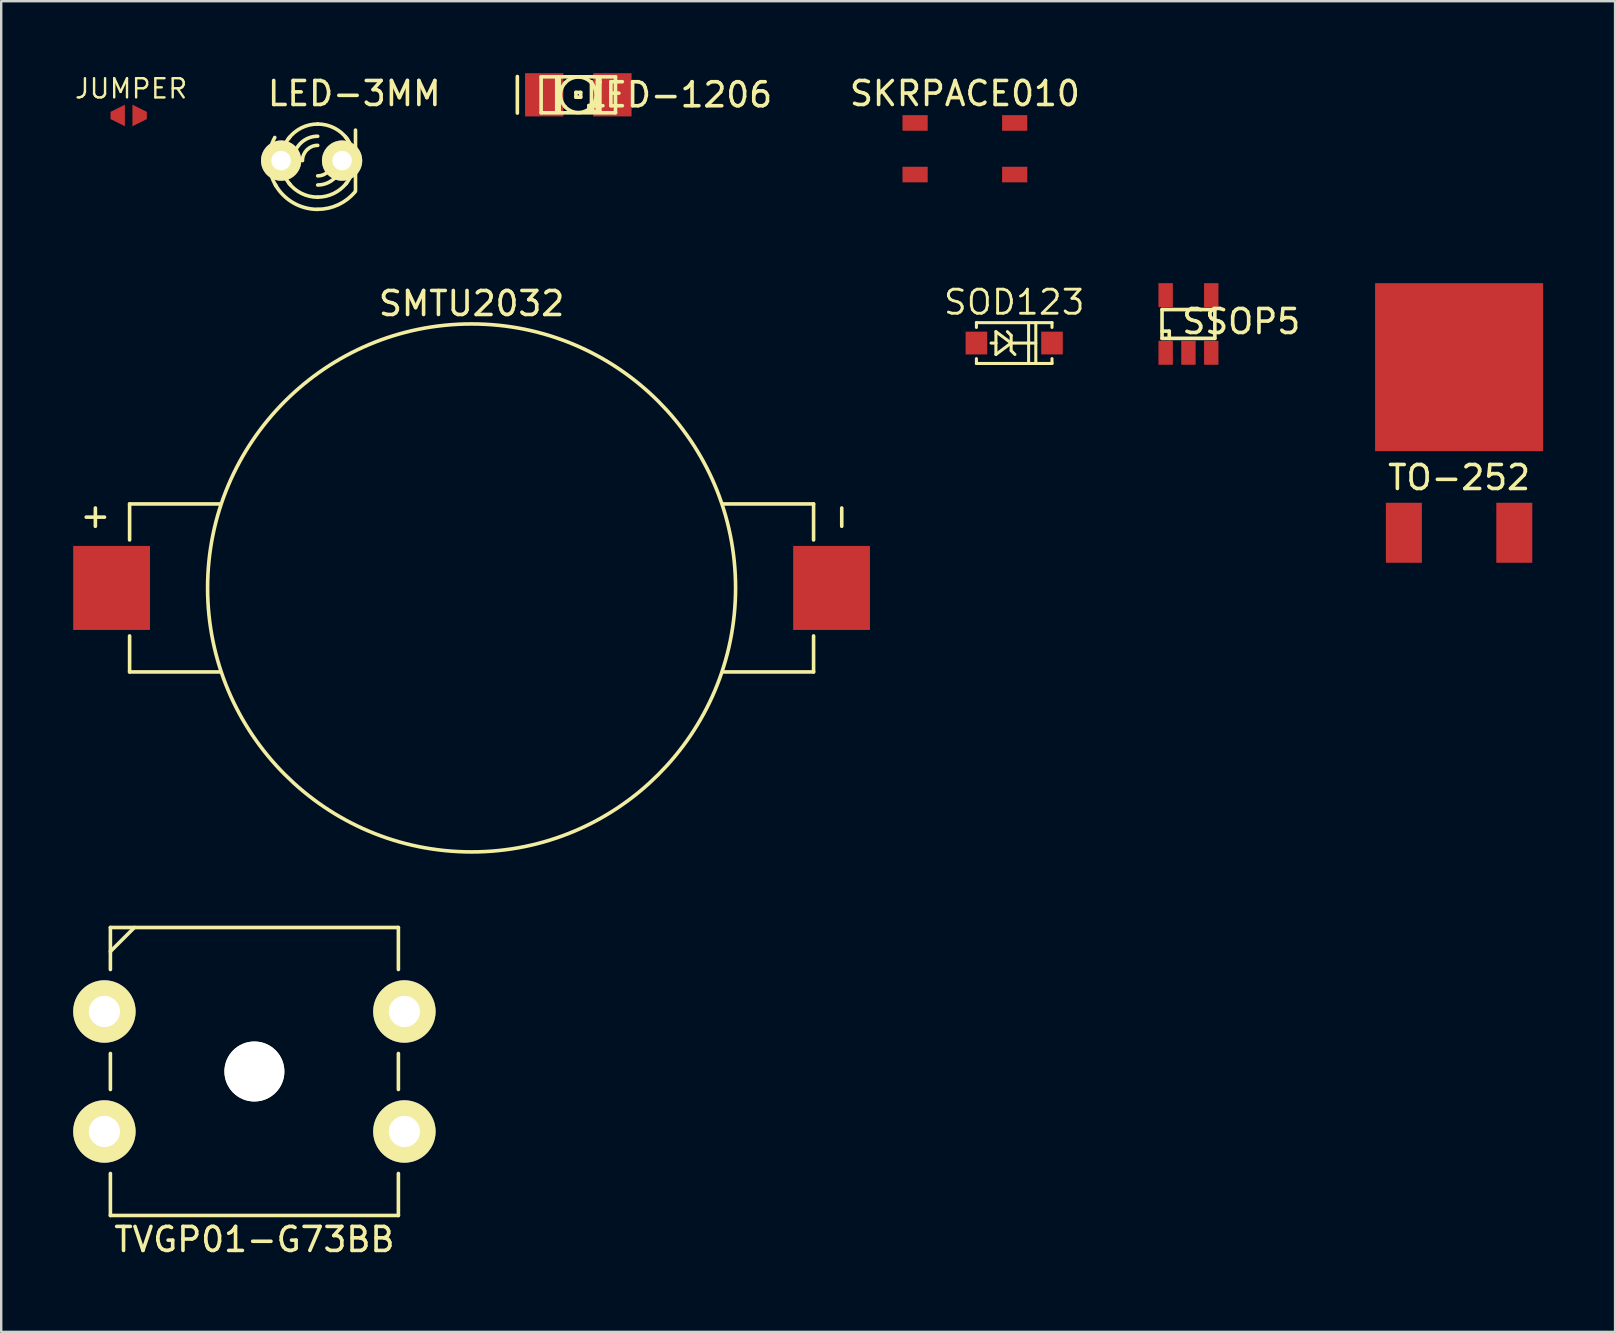
<source format=kicad_pcb>
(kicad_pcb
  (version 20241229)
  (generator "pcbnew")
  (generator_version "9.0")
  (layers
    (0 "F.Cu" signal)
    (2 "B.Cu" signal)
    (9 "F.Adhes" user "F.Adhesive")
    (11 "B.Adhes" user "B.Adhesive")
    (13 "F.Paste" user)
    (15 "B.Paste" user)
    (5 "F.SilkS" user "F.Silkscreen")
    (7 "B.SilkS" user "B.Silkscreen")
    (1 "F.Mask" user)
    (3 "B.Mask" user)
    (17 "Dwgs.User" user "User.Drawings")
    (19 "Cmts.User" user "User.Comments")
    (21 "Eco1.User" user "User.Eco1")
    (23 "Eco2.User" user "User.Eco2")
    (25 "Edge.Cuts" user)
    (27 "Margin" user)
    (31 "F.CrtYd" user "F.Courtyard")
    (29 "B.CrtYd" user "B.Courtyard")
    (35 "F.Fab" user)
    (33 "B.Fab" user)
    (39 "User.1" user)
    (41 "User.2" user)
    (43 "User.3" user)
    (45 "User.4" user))
  (footprint "TVGP01-G73BB"
    (layer "F.Cu")
    (at 7.55 41.597)
    (property "Reference" "TVGP01-G73BB" (at 0 7 0) (layer "F.SilkS") (effects (font (size 1 1) (thickness 0.15))))
    (attr through_hole)
    (fp_line (start -6 -6) (end 6 -6) (stroke (width 0.15) (type solid)) (layer "F.SilkS"))
    (fp_line (start -6 -5) (end -5 -6) (stroke (width 0.15) (type solid)) (layer "F.SilkS"))
    (fp_line (start -6 -4.25) (end -6 -6) (stroke (width 0.15) (type solid)) (layer "F.SilkS"))
    (fp_line (start -6 0.75) (end -6 -0.75) (stroke (width 0.15) (type solid)) (layer "F.SilkS"))
    (fp_line (start -6 6) (end -6 4.25) (stroke (width 0.15) (type solid)) (layer "F.SilkS"))
    (fp_line (start 6 -6) (end 6 -4.25) (stroke (width 0.15) (type solid)) (layer "F.SilkS"))
    (fp_line (start 6 -0.75) (end 6 0.75) (stroke (width 0.15) (type solid)) (layer "F.SilkS"))
    (fp_line (start 6 4.25) (end 6 6) (stroke (width 0.15) (type solid)) (layer "F.SilkS"))
    (fp_line (start 6 6) (end -6 6) (stroke (width 0.15) (type solid)) (layer "F.SilkS"))
    (pad "" np_thru_hole circle (at 0 0) (size 2.5 2.5) (drill 2.5) (layers "*.Cu" "*.Mask" "F.SilkS"))
    (pad "1" thru_hole circle (at -6.25 -2.5) (size 2.6 2.6) (drill 1.3) (layers "*.Cu" "*.Mask" "F.SilkS"))
    (pad "1" thru_hole circle (at 6.25 -2.5) (size 2.6 2.6) (drill 1.3) (layers "*.Cu" "*.Mask" "F.SilkS"))
    (pad "2" thru_hole circle (at -6.25 2.5) (size 2.6 2.6) (drill 1.3) (layers "*.Cu" "*.Mask" "F.SilkS"))
    (pad "2" thru_hole circle (at 6.25 2.5) (size 2.6 2.6) (drill 1.3) (layers "*.Cu" "*.Mask" "F.SilkS")))
  (footprint "SSOP5"
    (layer "F.Cu")
    (at 46.47 10.449)
    (property "Reference" "SSOP5" (at 2.2 -0.1 0) (layer "F.SilkS") (effects (font (size 1 1) (thickness 0.15))))
    (attr smd)
    (fp_line (start -1.1 -0.6) (end -1.1 0.6) (stroke (width 0.15) (type solid)) (layer "F.SilkS"))
    (fp_line (start -1.1 0.3) (end -0.8 0.3) (stroke (width 0.15) (type solid)) (layer "F.SilkS"))
    (fp_line (start -1.1 0.6) (end 1.1 0.6) (stroke (width 0.15) (type solid)) (layer "F.SilkS"))
    (fp_line (start -0.8 0.3) (end -0.8 0.6) (stroke (width 0.15) (type solid)) (layer "F.SilkS"))
    (fp_line (start 1.1 -0.6) (end -1.1 -0.6) (stroke (width 0.15) (type solid)) (layer "F.SilkS"))
    (fp_line (start 1.1 0.6) (end 1.1 -0.6) (stroke (width 0.15) (type solid)) (layer "F.SilkS"))
    (pad "1" smd rect (at -0.95 1.2) (size 0.6 1) (layers "F.Cu" "F.Mask" "F.Paste"))
    (pad "2" smd rect (at 0 1.2) (size 0.6 1) (layers "F.Cu" "F.Mask" "F.Paste"))
    (pad "3" smd rect (at 0.95 1.2) (size 0.6 1) (layers "F.Cu" "F.Mask" "F.Paste"))
    (pad "4" smd rect (at 0.95 -1.2) (size 0.6 1) (layers "F.Cu" "F.Mask" "F.Paste"))
    (pad "5" smd rect (at -0.95 -1.2) (size 0.6 1) (layers "F.Cu" "F.Mask" "F.Paste")))
  (footprint "TO-252"
    (layer "F.Cu")
    (at 57.747 12.249)
    (property "Reference" "TO-252" (at 0 4.6 0) (layer "F.SilkS") (effects (font (size 1 1) (thickness 0.15))))
    (attr through_hole)
    (pad "1" smd rect (at -2.3 6.9) (size 1.5 2.5) (layers "F.Cu" "F.Mask" "F.Paste"))
    (pad "2" smd rect (at 0 0) (size 7 7) (layers "F.Cu" "F.Mask" "F.Paste"))
    (pad "3" smd rect (at 2.3 6.9) (size 1.5 2.5) (layers "F.Cu" "F.Mask" "F.Paste")))
  (footprint "SOD123"
    (placed yes)
    (layer "F.Cu")
    (at 39.21 11.244)
    (property "Reference" "SOD123" (at 0 -1.7 0) (layer "F.SilkS") (effects (font (size 1.001 1.001) (thickness 0.119))))
    (attr smd)
    (fp_line (start -1.575 -0.85) (end 1.575 -0.85) (stroke (width 0.127) (type solid)) (layer "F.SilkS"))
    (fp_line (start -1.575 -0.65) (end -1.575 -0.85) (stroke (width 0.127) (type solid)) (layer "F.SilkS"))
    (fp_line (start -1.575 0.85) (end -1.575 0.65) (stroke (width 0.127) (type solid)) (layer "F.SilkS"))
    (fp_line (start -1.575 0.85) (end 1.575 0.85) (stroke (width 0.127) (type solid)) (layer "F.SilkS"))
    (fp_line (start -0.762 -0.475) (end -0.762 0) (stroke (width 0.127) (type solid)) (layer "F.SilkS"))
    (fp_line (start -0.762 0) (end -0.965 0) (stroke (width 0.127) (type solid)) (layer "F.SilkS"))
    (fp_line (start -0.762 0) (end -0.762 0.475) (stroke (width 0.127) (type solid)) (layer "F.SilkS"))
    (fp_line (start -0.762 0.475) (end -0.127 0) (stroke (width 0.127) (type solid)) (layer "F.SilkS"))
    (fp_line (start -0.127 -0.318) (end -0.284 -0.475) (stroke (width 0.127) (type solid)) (layer "F.SilkS"))
    (fp_line (start -0.127 0) (end -0.762 -0.475) (stroke (width 0.127) (type solid)) (layer "F.SilkS"))
    (fp_line (start -0.127 0) (end -0.127 -0.318) (stroke (width 0.127) (type solid)) (layer "F.SilkS"))
    (fp_line (start -0.127 0) (end -0.127 0.318) (stroke (width 0.127) (type solid)) (layer "F.SilkS"))
    (fp_line (start -0.127 0) (end 0.9 0) (stroke (width 0.127) (type solid)) (layer "F.SilkS"))
    (fp_line (start -0.127 0.318) (end 0.03 0.475) (stroke (width 0.127) (type solid)) (layer "F.SilkS"))
    (fp_line (start 0.6 0.85) (end 0.6 -0.85) (stroke (width 0.127) (type solid)) (layer "F.SilkS"))
    (fp_line (start 0.9 0.85) (end 0.9 -0.85) (stroke (width 0.127) (type solid)) (layer "F.SilkS"))
    (fp_line (start 1.575 -0.85) (end 1.575 -0.65) (stroke (width 0.127) (type solid)) (layer "F.SilkS"))
    (fp_line (start 1.575 0.85) (end 1.575 0.65) (stroke (width 0.127) (type solid)) (layer "F.SilkS"))
    (pad "1" smd rect (at -1.575 0) (size 0.9 0.95) (layers "F.Cu" "F.Mask" "F.Paste"))
    (pad "2" smd rect (at 1.575 0) (size 0.9 0.95) (layers "F.Cu" "F.Mask" "F.Paste")))
  (footprint "SMTU2032"
    (layer "F.Cu")
    (at 16.6 21.448)
    (property "Reference" "SMTU2032" (at 0 -11.85 0) (layer "F.SilkS") (effects (font (size 1 1) (thickness 0.15))))
    (attr through_hole)
    (fp_line (start -14.25 -3.5) (end -14.25 -2) (stroke (width 0.15) (type solid)) (layer "F.SilkS"))
    (fp_line (start -14.25 3.5) (end -14.25 2) (stroke (width 0.15) (type solid)) (layer "F.SilkS"))
    (fp_line (start -14.25 3.5) (end -10.5 3.5) (stroke (width 0.15) (type solid)) (layer "F.SilkS"))
    (fp_line (start -10.5 -3.5) (end -14.25 -3.5) (stroke (width 0.15) (type solid)) (layer "F.SilkS"))
    (fp_line (start 10.5 -3.5) (end 14.25 -3.5) (stroke (width 0.15) (type solid)) (layer "F.SilkS"))
    (fp_line (start 14.25 -3.5) (end 14.25 -2) (stroke (width 0.15) (type solid)) (layer "F.SilkS"))
    (fp_line (start 14.25 2) (end 14.25 3.5) (stroke (width 0.15) (type solid)) (layer "F.SilkS"))
    (fp_line (start 14.25 3.5) (end 10.5 3.5) (stroke (width 0.15) (type solid)) (layer "F.SilkS"))
    (fp_circle (center 0 0) (end 0 -11) (stroke (width 0.15) (type solid)) (fill no) (layer "F.SilkS"))
    (fp_text user "-" (at 15.35 -2.95 90) (layer "F.SilkS") (effects (font (size 1 1) (thickness 0.15))))
    (fp_text user "+" (at -15.75 -2.95 90) (layer "F.SilkS") (effects (font (size 1 1) (thickness 0.15))))
    (pad "1" smd rect (at -15 0) (size 3.2 3.5) (layers "F.Cu" "F.Mask" "F.Paste"))
    (pad "2" smd rect (at 15 0) (size 3.2 3.5) (layers "F.Cu" "F.Mask" "F.Paste")))
  (footprint "LED-3MM"
    (layer "F.Cu")
    (at 9.934 3.642)
    (property "Reference" "LED-3MM" (at 1.778 -2.794 0) (layer "F.SilkS") (effects (font (size 1 1) (thickness 0.15))))
    (attr through_hole)
    (fp_line (start 1.829 1.27) (end 1.829 -1.27) (stroke (width 0.15) (type solid)) (layer "F.SilkS"))
    (fp_arc (start -1.778 0) (mid -1.716347 -0.496745) (end -1.53513 -0.963347) (stroke (width 0.15) (type solid)) (layer "F.SilkS"))
    (fp_arc (start -1.47574 1.06426) (mid -1.700164 0.553076) (end -1.776923 0.0001) (stroke (width 0.15) (type solid)) (layer "F.SilkS"))
    (fp_arc (start -1.27 0) (mid -1.178999 -0.518738) (end -0.916864 -0.975527) (stroke (width 0.15) (type solid)) (layer "F.SilkS"))
    (fp_arc (start -0.9652 -0.9144) (mid -0.427912 -1.362928) (end 0.253199 -1.524) (stroke (width 0.15) (type solid)) (layer "F.SilkS"))
    (fp_arc (start -0.88392 1.01092) (mid -1.168742 0.540951) (end -1.268111 0.000469) (stroke (width 0.15) (type solid)) (layer "F.SilkS"))
    (fp_arc (start -0.762 0) (mid -0.46442 -0.71842) (end 0.254 -1.016) (stroke (width 0.15) (type solid)) (layer "F.SilkS"))
    (fp_arc (start -0.381 0) (mid -0.195013 -0.449013) (end 0.254 -0.635) (stroke (width 0.15) (type solid)) (layer "F.SilkS"))
    (fp_arc (start 0.254 -1.524) (mid 0.950618 -1.35547) (end 1.493166 -0.887155) (stroke (width 0.15) (type solid)) (layer "F.SilkS"))
    (fp_arc (start 0.254 1.524) (mid -0.415273 1.369179) (end -0.948564 0.936171) (stroke (width 0.15) (type solid)) (layer "F.SilkS"))
    (fp_arc (start 0.254 2.032) (mid -0.76507 1.757988) (end -1.509299 1.009851) (stroke (width 0.15) (type solid)) (layer "F.SilkS"))
    (fp_arc (start 0.889 0) (mid 0.703013 0.449013) (end 0.254 0.635) (stroke (width 0.15) (type solid)) (layer "F.SilkS"))
    (fp_arc (start 1.27 0) (mid 0.97242 0.71842) (end 0.254 1.016) (stroke (width 0.15) (type solid)) (layer "F.SilkS"))
    (fp_arc (start 1.4097 -0.9906) (mid 1.681593 -0.528119) (end 1.776147 -0.000034) (stroke (width 0.15) (type solid)) (layer "F.SilkS"))
    (fp_arc (start 1.45542 0.93472) (mid 0.922882 1.367373) (end 0.254442 1.522206) (stroke (width 0.15) (type solid)) (layer "F.SilkS"))
    (fp_arc (start 1.778 0) (mid 1.686999 0.518738) (end 1.424864 0.975527) (stroke (width 0.15) (type solid)) (layer "F.SilkS"))
    (fp_arc (start 1.8034 1.31064) (mid 1.109154 1.840416) (end 0.256552 2.029387) (stroke (width 0.15) (type solid)) (layer "F.SilkS"))
    (pad "1" thru_hole circle (at -1.27 0) (size 1.676 1.676) (drill 0.813) (layers "*.Cu" "*.Mask" "F.SilkS"))
    (pad "2" thru_hole circle (at 1.27 0) (size 1.676 1.676) (drill 0.813) (layers "*.Cu" "*.Mask" "F.SilkS")))
  (footprint "SKRPACE010"
    (layer "F.Cu")
    (at 37.155 3.148)
    (property "Reference" "SKRPACE010" (at 0 -2.3 0) (layer "F.SilkS") (effects (font (size 1 1) (thickness 0.15))))
    (attr through_hole)
    (pad "1" smd rect (at -2.075 -1.075) (size 1.05 0.65) (layers "F.Cu" "F.Mask" "F.Paste"))
    (pad "1" smd rect (at 2.075 -1.075) (size 1.05 0.65) (layers "F.Cu" "F.Mask" "F.Paste"))
    (pad "2" smd rect (at -2.075 1.075) (size 1.05 0.65) (layers "F.Cu" "F.Mask" "F.Paste"))
    (pad "2" smd rect (at 2.075 1.075) (size 1.05 0.65) (layers "F.Cu" "F.Mask" "F.Paste")))
  (footprint "JUMPER"
    (layer "F.Cu")
    (at 2.311 1.761)
    (property "Reference" "JUMPER" (at 0.102 -1.118 0) (layer "F.SilkS") (effects (font (size 0.8 0.8) (thickness 0.1))))
    (attr through_hole)
    (pad "1" smd trapezoid (at -0.457 0) (size 0.6 0.6) (rect_delta -0.3 0) (layers "F.Cu" "F.Mask" "F.Paste"))
    (pad "2" smd trapezoid (at 0.457 0) (size 0.6 0.6) (rect_delta 0.3 0) (layers "F.Cu" "F.Mask" "F.Paste")))
  (footprint "LED-1206"
    (layer "F.Cu")
    (at 21.047 0.9)
    (property "Reference" "LED-1206" (at 4.191 0 0) (layer "F.SilkS") (effects (font (size 1 1) (thickness 0.15))))
    (attr smd)
    (fp_line (start -2.54 -0.762) (end -2.54 0.762) (stroke (width 0.15) (type solid)) (layer "F.SilkS"))
    (fp_line (start -1.549 -0.749) (end 1.549 -0.749) (stroke (width 0.15) (type solid)) (layer "F.SilkS"))
    (fp_line (start -1.549 0.749) (end -1.549 -0.749) (stroke (width 0.15) (type solid)) (layer "F.SilkS"))
    (fp_line (start -0.899 -0.699) (end -0.798 -0.699) (stroke (width 0.15) (type solid)) (layer "F.SilkS"))
    (fp_line (start -0.899 -0.549) (end -0.899 -0.699) (stroke (width 0.15) (type solid)) (layer "F.SilkS"))
    (fp_line (start -0.899 -0.549) (end -0.798 -0.549) (stroke (width 0.15) (type solid)) (layer "F.SilkS"))
    (fp_line (start -0.899 -0.498) (end -0.798 -0.498) (stroke (width 0.15) (type solid)) (layer "F.SilkS"))
    (fp_line (start -0.899 0.699) (end -0.899 -0.498) (stroke (width 0.15) (type solid)) (layer "F.SilkS"))
    (fp_line (start -0.899 0.699) (end -0.798 0.699) (stroke (width 0.15) (type solid)) (layer "F.SilkS"))
    (fp_line (start -0.798 -0.549) (end -0.798 -0.699) (stroke (width 0.15) (type solid)) (layer "F.SilkS"))
    (fp_line (start -0.798 0.699) (end -0.798 -0.498) (stroke (width 0.15) (type solid)) (layer "F.SilkS"))
    (fp_line (start -0.099 -0.099) (end 0.099 -0.099) (stroke (width 0.15) (type solid)) (layer "F.SilkS"))
    (fp_line (start -0.099 0.099) (end -0.099 -0.099) (stroke (width 0.15) (type solid)) (layer "F.SilkS"))
    (fp_line (start -0.099 0.099) (end 0.099 0.099) (stroke (width 0.15) (type solid)) (layer "F.SilkS"))
    (fp_line (start 0.099 0.099) (end 0.099 -0.099) (stroke (width 0.15) (type solid)) (layer "F.SilkS"))
    (fp_line (start 0.45 0.45) (end 0.599 0.45) (stroke (width 0.15) (type solid)) (layer "F.SilkS"))
    (fp_line (start 0.45 0.45) (end 0.798 0.45) (stroke (width 0.15) (type solid)) (layer "F.SilkS"))
    (fp_line (start 0.45 0.699) (end 0.45 0.45) (stroke (width 0.15) (type solid)) (layer "F.SilkS"))
    (fp_line (start 0.45 0.699) (end 0.45 0.45) (stroke (width 0.15) (type solid)) (layer "F.SilkS"))
    (fp_line (start 0.45 0.699) (end 0.599 0.699) (stroke (width 0.15) (type solid)) (layer "F.SilkS"))
    (fp_line (start 0.45 0.699) (end 0.798 0.699) (stroke (width 0.15) (type solid)) (layer "F.SilkS"))
    (fp_line (start 0.599 0.699) (end 0.599 0.45) (stroke (width 0.15) (type solid)) (layer "F.SilkS"))
    (fp_line (start 0.798 -0.699) (end 0.899 -0.699) (stroke (width 0.15) (type solid)) (layer "F.SilkS"))
    (fp_line (start 0.798 -0.549) (end 0.798 -0.699) (stroke (width 0.15) (type solid)) (layer "F.SilkS"))
    (fp_line (start 0.798 -0.549) (end 0.899 -0.549) (stroke (width 0.15) (type solid)) (layer "F.SilkS"))
    (fp_line (start 0.798 -0.498) (end 0.899 -0.498) (stroke (width 0.15) (type solid)) (layer "F.SilkS"))
    (fp_line (start 0.798 0.699) (end 0.798 -0.498) (stroke (width 0.15) (type solid)) (layer "F.SilkS"))
    (fp_line (start 0.798 0.699) (end 0.798 0.45) (stroke (width 0.15) (type solid)) (layer "F.SilkS"))
    (fp_line (start 0.798 0.699) (end 0.899 0.699) (stroke (width 0.15) (type solid)) (layer "F.SilkS"))
    (fp_line (start 0.899 -0.549) (end 0.899 -0.699) (stroke (width 0.15) (type solid)) (layer "F.SilkS"))
    (fp_line (start 0.899 0.699) (end 0.899 -0.498) (stroke (width 0.15) (type solid)) (layer "F.SilkS"))
    (fp_line (start 1.549 -0.749) (end 1.549 0.749) (stroke (width 0.15) (type solid)) (layer "F.SilkS"))
    (fp_line (start 1.549 0.749) (end -1.549 0.749) (stroke (width 0.15) (type solid)) (layer "F.SilkS"))
    (fp_arc (start -0.54864 -0.49784) (mid -0.001024 -0.740844) (end 0.547262 -0.499354) (stroke (width 0.15) (type solid)) (layer "F.SilkS"))
    (fp_arc (start -0.54864 0.49784) (mid -0.740844 -0.000377) (end -0.548133 -0.498398) (stroke (width 0.15) (type solid)) (layer "F.SilkS"))
    (fp_arc (start 0.54864 -0.49784) (mid 0.740844 0.000377) (end 0.548133 0.498398) (stroke (width 0.15) (type solid)) (layer "F.SilkS"))
    (fp_arc (start 0.54864 0.49784) (mid 0.001024 0.740844) (end -0.547262 0.499354) (stroke (width 0.15) (type solid)) (layer "F.SilkS"))
    (pad "1" smd rect (at -1.42 0) (size 1.598 1.801) (layers "F.Cu" "F.Mask" "F.Paste"))
    (pad "2" smd rect (at 1.42 0) (size 1.598 1.801) (layers "F.Cu" "F.Mask" "F.Paste")))
  (gr_rect
    (start -3 -3)
    (end 64.247 52.446)
    (stroke (width 0.1) (type default))
    (fill no)
    (layer "Edge.Cuts")))
</source>
